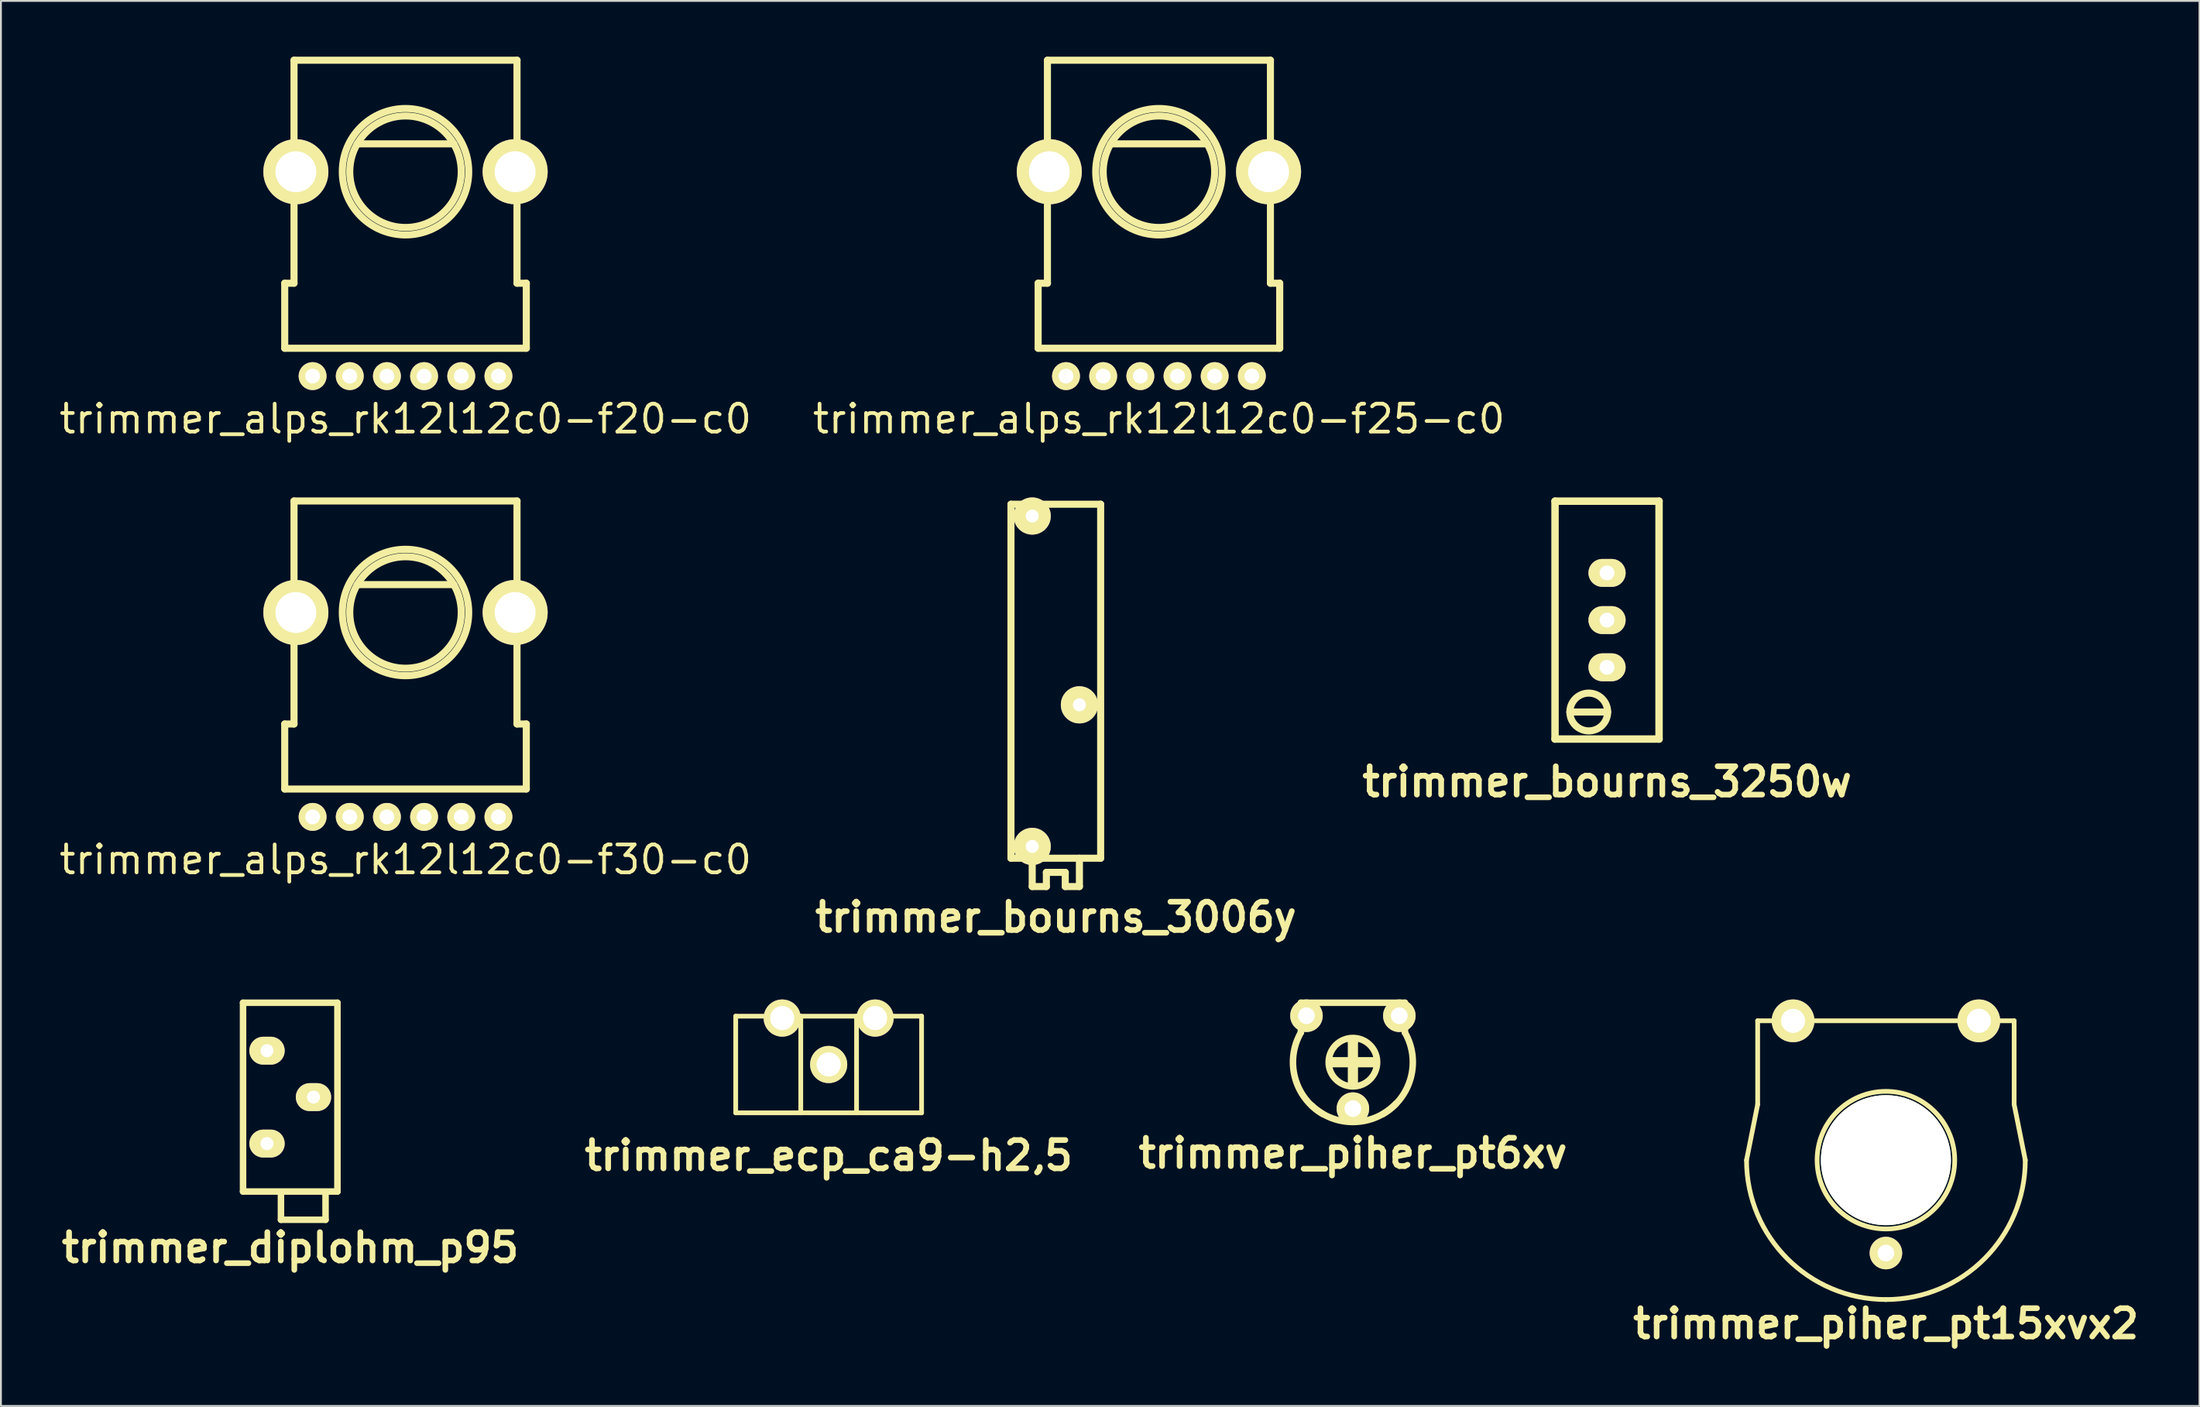
<source format=kicad_pcb>
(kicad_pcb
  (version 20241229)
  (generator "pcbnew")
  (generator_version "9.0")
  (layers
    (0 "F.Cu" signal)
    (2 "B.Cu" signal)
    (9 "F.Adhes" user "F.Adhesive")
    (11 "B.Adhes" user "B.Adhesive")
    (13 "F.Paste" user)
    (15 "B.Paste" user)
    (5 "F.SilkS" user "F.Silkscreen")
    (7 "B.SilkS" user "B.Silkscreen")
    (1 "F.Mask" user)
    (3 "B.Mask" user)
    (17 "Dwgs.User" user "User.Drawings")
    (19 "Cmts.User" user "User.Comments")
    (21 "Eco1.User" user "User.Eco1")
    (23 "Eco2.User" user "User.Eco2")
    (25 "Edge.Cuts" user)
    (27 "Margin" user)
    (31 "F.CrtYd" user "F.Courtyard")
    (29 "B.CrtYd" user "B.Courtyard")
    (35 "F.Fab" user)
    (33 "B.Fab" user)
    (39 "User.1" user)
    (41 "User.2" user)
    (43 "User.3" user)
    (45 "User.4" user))
  (footprint "trimmer_piher_pt15xvx2"
    (layer "F.Cu")
    (at 98.437 59.384)
    (property "Reference" "trimmer_piher_pt15xvx2" (at 0 8.801 0) (layer "F.SilkS") (effects (font (size 1.524 1.524) (thickness 0.305))))
    (attr through_hole)
    (fp_line (start -7.501 0) (end -6.901 -3) (stroke (width 0.254) (type solid)) (layer "F.SilkS"))
    (fp_line (start -6.901 -7.501) (end 6.901 -7.501) (stroke (width 0.254) (type solid)) (layer "F.SilkS"))
    (fp_line (start -6.901 -3) (end -6.901 -7.501) (stroke (width 0.254) (type solid)) (layer "F.SilkS"))
    (fp_line (start 6.901 -7.501) (end 6.901 -3) (stroke (width 0.254) (type solid)) (layer "F.SilkS"))
    (fp_line (start 7.501 0) (end 6.901 -3) (stroke (width 0.254) (type solid)) (layer "F.SilkS"))
    (fp_arc (start 0 7.50062) (mid -5.303739 5.303739) (end -7.50062 0) (stroke (width 0.254) (type solid)) (layer "F.SilkS"))
    (fp_arc (start 7.50062 0) (mid 5.303739 5.303739) (end 0 7.50062) (stroke (width 0.254) (type solid)) (layer "F.SilkS"))
    (fp_circle (center 0 0) (end -3.701 -0.099) (stroke (width 0.254) (type solid)) (fill no) (layer "F.SilkS"))
    (pad "" np_thru_hole circle (at 0 0) (size 6.998 6.998) (drill 6.998) (layers "*.Cu" "*.Mask" "F.SilkS"))
    (pad "1" thru_hole circle (at 4.999 -7.498) (size 2.299 2.299) (drill 1.298) (layers "*.Cu" "*.Mask" "F.SilkS"))
    (pad "2" thru_hole circle (at 0 4.999) (size 1.75 1.75) (drill 0.899) (layers "*.Cu" "*.Mask" "F.SilkS"))
    (pad "3" thru_hole circle (at -4.996 -7.498) (size 2.299 2.299) (drill 1.298) (layers "*.Cu" "*.Mask" "F.SilkS")))
  (footprint "trimmer_diplohm_p95"
    (layer "F.Cu")
    (at 12.569 55.992)
    (property "Reference" "trimmer_diplohm_p95" (at 0 8.1 0) (layer "F.SilkS") (effects (font (size 1.524 1.524) (thickness 0.305))))
    (attr through_hole)
    (fp_line (start -2.54 5.08) (end -2.54 -5.08) (stroke (width 0.351) (type solid)) (layer "F.SilkS"))
    (fp_line (start -0.5 5.1) (end -0.5 6.599) (stroke (width 0.351) (type solid)) (layer "F.SilkS"))
    (fp_line (start -0.498 6.599) (end 1.9 6.599) (stroke (width 0.351) (type solid)) (layer "F.SilkS"))
    (fp_line (start 1.9 6.599) (end 1.9 5.1) (stroke (width 0.351) (type solid)) (layer "F.SilkS"))
    (fp_line (start 2.54 -5.08) (end -2.54 -5.08) (stroke (width 0.351) (type solid)) (layer "F.SilkS"))
    (fp_line (start 2.54 -5.08) (end 2.54 5.08) (stroke (width 0.351) (type solid)) (layer "F.SilkS"))
    (fp_line (start 2.54 5.08) (end -2.54 5.08) (stroke (width 0.351) (type solid)) (layer "F.SilkS"))
    (pad "1" thru_hole oval (at -1.25 -2.499) (size 1.9 1.501) (drill 0.701) (layers "*.Cu" "*.Mask" "F.SilkS"))
    (pad "2" thru_hole oval (at 1.25 0) (size 1.9 1.501) (drill 0.701) (layers "*.Cu" "*.Mask" "F.SilkS"))
    (pad "3" thru_hole oval (at -1.25 2.499) (size 1.9 1.501) (drill 0.701) (layers "*.Cu" "*.Mask" "F.SilkS")))
  (footprint "trimmer_alps_rk12l12c0-f30-c0"
    (layer "F.Cu")
    (at 18.772 29.911)
    (property "Reference" "trimmer_alps_rk12l12c0-f30-c0" (at 0 13.3 0) (layer "F.SilkS") (effects (font (size 1.501 1.501) (thickness 0.201))))
    (attr through_hole)
    (fp_line (start -6.5 6) (end -6.5 9.5) (stroke (width 0.381) (type solid)) (layer "F.SilkS"))
    (fp_line (start -6.5 9.5) (end 6.5 9.5) (stroke (width 0.381) (type solid)) (layer "F.SilkS"))
    (fp_line (start -6 -6) (end -6 6) (stroke (width 0.381) (type solid)) (layer "F.SilkS"))
    (fp_line (start -6 -6) (end 6 -6) (stroke (width 0.381) (type solid)) (layer "F.SilkS"))
    (fp_line (start -6 6) (end -6.5 6) (stroke (width 0.381) (type solid)) (layer "F.SilkS"))
    (fp_line (start -2.601 -1.501) (end 2.601 -1.501) (stroke (width 0.381) (type solid)) (layer "F.SilkS"))
    (fp_line (start 6 -6) (end 6 6) (stroke (width 0.381) (type solid)) (layer "F.SilkS"))
    (fp_line (start 6.5 6) (end 6 6) (stroke (width 0.381) (type solid)) (layer "F.SilkS"))
    (fp_line (start 6.5 9.5) (end 6.5 6) (stroke (width 0.381) (type solid)) (layer "F.SilkS"))
    (fp_circle (center 0 0) (end -3.401 0) (stroke (width 0.381) (type solid)) (fill no) (layer "F.SilkS"))
    (fp_circle (center 0 0) (end -3 0) (stroke (width 0.381) (type solid)) (fill no) (layer "F.SilkS"))
    (pad "" thru_hole circle (at -5.9 0) (size 3.5 3.5) (drill 2.2) (layers "*.Cu" "*.Mask" "F.SilkS"))
    (pad "" thru_hole circle (at 5.9 0) (size 3.5 3.5) (drill 2.2) (layers "*.Cu" "*.Mask" "F.SilkS"))
    (pad "1" thru_hole oval (at -1 11) (size 1.5 1.5) (drill 0.8) (layers "*.Cu" "*.Mask" "F.SilkS"))
    (pad "2" thru_hole oval (at 1 11) (size 1.5 1.5) (drill 0.8) (layers "*.Cu" "*.Mask" "F.SilkS"))
    (pad "3" thru_hole oval (at 3 11) (size 1.5 1.5) (drill 0.8) (layers "*.Cu" "*.Mask" "F.SilkS"))
    (pad "4" thru_hole oval (at -3 11) (size 1.5 1.5) (drill 0.8) (layers "*.Cu" "*.Mask" "F.SilkS"))
    (pad "5" thru_hole oval (at -5 11) (size 1.5 1.5) (drill 0.8) (layers "*.Cu" "*.Mask" "F.SilkS"))
    (pad "6" thru_hole oval (at 5 11) (size 1.5 1.5) (drill 0.8) (layers "*.Cu" "*.Mask" "F.SilkS")))
  (footprint "trimmer_bourns_3006y"
    (layer "F.Cu")
    (at 53.767 33.61)
    (property "Reference" "trimmer_bourns_3006y" (at 0 12.7 0) (layer "F.SilkS") (effects (font (size 1.524 1.524) (thickness 0.305))))
    (attr through_hole)
    (fp_line (start -2.413 9.525) (end -2.413 -9.525) (stroke (width 0.381) (type solid)) (layer "F.SilkS"))
    (fp_line (start -1.27 9.525) (end -1.27 11.049) (stroke (width 0.381) (type solid)) (layer "F.SilkS"))
    (fp_line (start -0.508 10.287) (end 0.508 10.287) (stroke (width 0.381) (type solid)) (layer "F.SilkS"))
    (fp_line (start -0.508 11.049) (end -1.27 11.049) (stroke (width 0.381) (type solid)) (layer "F.SilkS"))
    (fp_line (start -0.508 11.049) (end -0.508 10.287) (stroke (width 0.381) (type solid)) (layer "F.SilkS"))
    (fp_line (start 0.508 10.287) (end 0.508 11.049) (stroke (width 0.381) (type solid)) (layer "F.SilkS"))
    (fp_line (start 0.508 11.049) (end 1.27 11.049) (stroke (width 0.381) (type solid)) (layer "F.SilkS"))
    (fp_line (start 1.27 11.049) (end 1.27 9.525) (stroke (width 0.381) (type solid)) (layer "F.SilkS"))
    (fp_line (start 2.413 -9.525) (end -2.413 -9.525) (stroke (width 0.381) (type solid)) (layer "F.SilkS"))
    (fp_line (start 2.413 -9.525) (end 2.413 9.525) (stroke (width 0.381) (type solid)) (layer "F.SilkS"))
    (fp_line (start 2.413 9.525) (end -2.413 9.525) (stroke (width 0.381) (type solid)) (layer "F.SilkS"))
    (pad "1" thru_hole oval (at -1.27 -8.89) (size 1.999 1.999) (drill 0.701) (layers "*.Cu" "*.Mask" "F.SilkS"))
    (pad "2" thru_hole oval (at 1.27 1.27) (size 1.999 1.999) (drill 0.701) (layers "*.Cu" "*.Mask" "F.SilkS"))
    (pad "3" thru_hole oval (at -1.27 8.89) (size 1.999 1.999) (drill 0.701) (layers "*.Cu" "*.Mask" "F.SilkS")))
  (footprint "trimmer_bourns_3250w"
    (layer "F.Cu")
    (at 83.43 30.321)
    (property "Reference" "trimmer_bourns_3250w" (at 0 8.7 0) (layer "F.SilkS") (effects (font (size 1.524 1.524) (thickness 0.305))))
    (attr through_hole)
    (fp_line (start -2.799 -6.401) (end -2.799 6.401) (stroke (width 0.399) (type solid)) (layer "F.SilkS"))
    (fp_line (start -2.799 6.401) (end 2.799 6.401) (stroke (width 0.399) (type solid)) (layer "F.SilkS"))
    (fp_line (start -2.002 4.945) (end 0.03 4.945) (stroke (width 0.381) (type solid)) (layer "F.SilkS"))
    (fp_line (start 2.799 -6.401) (end -2.799 -6.401) (stroke (width 0.399) (type solid)) (layer "F.SilkS"))
    (fp_line (start 2.799 6.401) (end 2.799 -6.401) (stroke (width 0.399) (type solid)) (layer "F.SilkS"))
    (fp_circle (center -0.983 4.945) (end 0.033 4.945) (stroke (width 0.381) (type solid)) (fill no) (layer "F.SilkS"))
    (pad "1" thru_hole oval (at 0 2.54) (size 1.999 1.501) (drill 0.8) (layers "*.Cu" "*.Mask" "F.SilkS"))
    (pad "2" thru_hole oval (at 0 0) (size 1.999 1.501) (drill 0.8) (layers "*.Cu" "*.Mask" "F.SilkS"))
    (pad "3" thru_hole oval (at 0 -2.54) (size 1.999 1.501) (drill 0.8) (layers "*.Cu" "*.Mask" "F.SilkS")))
  (footprint "trimmer_ecp_ca9-h2,5"
    (layer "F.Cu")
    (at 41.543 54.236)
    (property "Reference" "trimmer_ecp_ca9-h2,5" (at 0 4.9 0) (layer "F.SilkS") (effects (font (size 1.524 1.524) (thickness 0.305))))
    (attr through_hole)
    (fp_line (start -5.001 -2.601) (end 5.001 -2.601) (stroke (width 0.254) (type solid)) (layer "F.SilkS"))
    (fp_line (start -5.001 2.601) (end -5.001 -2.601) (stroke (width 0.254) (type solid)) (layer "F.SilkS"))
    (fp_line (start -1.501 -2.601) (end -1.501 2.601) (stroke (width 0.254) (type solid)) (layer "F.SilkS"))
    (fp_line (start 1.501 -2.601) (end 1.501 2.601) (stroke (width 0.254) (type solid)) (layer "F.SilkS"))
    (fp_line (start 5.001 -2.601) (end 5.001 2.601) (stroke (width 0.254) (type solid)) (layer "F.SilkS"))
    (fp_line (start 5.001 2.601) (end -5.001 2.601) (stroke (width 0.254) (type solid)) (layer "F.SilkS"))
    (pad "1" thru_hole circle (at 2.499 -2.499) (size 1.999 1.999) (drill 1.3) (layers "*.Cu" "*.Mask" "F.SilkS"))
    (pad "2" thru_hole circle (at 0 0) (size 1.999 1.999) (drill 1.3) (layers "*.Cu" "*.Mask" "F.SilkS"))
    (pad "3" thru_hole circle (at -2.499 -2.499) (size 1.999 1.999) (drill 1.3) (layers "*.Cu" "*.Mask" "F.SilkS")))
  (footprint "trimmer_alps_rk12l12c0-f20-c0"
    (layer "F.Cu")
    (at 18.772 6.191)
    (property "Reference" "trimmer_alps_rk12l12c0-f20-c0" (at 0 13.3 0) (layer "F.SilkS") (effects (font (size 1.501 1.501) (thickness 0.201))))
    (attr through_hole)
    (fp_line (start -6.5 6) (end -6.5 9.5) (stroke (width 0.381) (type solid)) (layer "F.SilkS"))
    (fp_line (start -6.5 9.5) (end 6.5 9.5) (stroke (width 0.381) (type solid)) (layer "F.SilkS"))
    (fp_line (start -6 -6) (end -6 6) (stroke (width 0.381) (type solid)) (layer "F.SilkS"))
    (fp_line (start -6 -6) (end 6 -6) (stroke (width 0.381) (type solid)) (layer "F.SilkS"))
    (fp_line (start -6 6) (end -6.5 6) (stroke (width 0.381) (type solid)) (layer "F.SilkS"))
    (fp_line (start -2.601 -1.501) (end 2.601 -1.501) (stroke (width 0.381) (type solid)) (layer "F.SilkS"))
    (fp_line (start 6 -6) (end 6 6) (stroke (width 0.381) (type solid)) (layer "F.SilkS"))
    (fp_line (start 6.5 6) (end 6 6) (stroke (width 0.381) (type solid)) (layer "F.SilkS"))
    (fp_line (start 6.5 9.5) (end 6.5 6) (stroke (width 0.381) (type solid)) (layer "F.SilkS"))
    (fp_circle (center 0 0) (end -3.401 0) (stroke (width 0.381) (type solid)) (fill no) (layer "F.SilkS"))
    (fp_circle (center 0 0) (end -3 0) (stroke (width 0.381) (type solid)) (fill no) (layer "F.SilkS"))
    (pad "" thru_hole circle (at -5.9 0) (size 3.5 3.5) (drill 2.2) (layers "*.Cu" "*.Mask" "F.SilkS"))
    (pad "" thru_hole circle (at 5.9 0) (size 3.5 3.5) (drill 2.2) (layers "*.Cu" "*.Mask" "F.SilkS"))
    (pad "1" thru_hole oval (at -1 11) (size 1.5 1.5) (drill 0.8) (layers "*.Cu" "*.Mask" "F.SilkS"))
    (pad "2" thru_hole oval (at 1 11) (size 1.5 1.5) (drill 0.8) (layers "*.Cu" "*.Mask" "F.SilkS"))
    (pad "3" thru_hole oval (at 3 11) (size 1.5 1.5) (drill 0.8) (layers "*.Cu" "*.Mask" "F.SilkS"))
    (pad "4" thru_hole oval (at -3 11) (size 1.5 1.5) (drill 0.8) (layers "*.Cu" "*.Mask" "F.SilkS"))
    (pad "5" thru_hole oval (at -5 11) (size 1.5 1.5) (drill 0.8) (layers "*.Cu" "*.Mask" "F.SilkS"))
    (pad "6" thru_hole oval (at 5 11) (size 1.5 1.5) (drill 0.8) (layers "*.Cu" "*.Mask" "F.SilkS")))
  (footprint "trimmer_alps_rk12l12c0-f25-c0"
    (layer "F.Cu")
    (at 59.316 6.191)
    (property "Reference" "trimmer_alps_rk12l12c0-f25-c0" (at 0 13.3 0) (layer "F.SilkS") (effects (font (size 1.501 1.501) (thickness 0.201))))
    (attr through_hole)
    (fp_line (start -6.5 6) (end -6.5 9.5) (stroke (width 0.381) (type solid)) (layer "F.SilkS"))
    (fp_line (start -6.5 9.5) (end 6.5 9.5) (stroke (width 0.381) (type solid)) (layer "F.SilkS"))
    (fp_line (start -6 -6) (end -6 6) (stroke (width 0.381) (type solid)) (layer "F.SilkS"))
    (fp_line (start -6 -6) (end 6 -6) (stroke (width 0.381) (type solid)) (layer "F.SilkS"))
    (fp_line (start -6 6) (end -6.5 6) (stroke (width 0.381) (type solid)) (layer "F.SilkS"))
    (fp_line (start -2.601 -1.501) (end 2.601 -1.501) (stroke (width 0.381) (type solid)) (layer "F.SilkS"))
    (fp_line (start 6 -6) (end 6 6) (stroke (width 0.381) (type solid)) (layer "F.SilkS"))
    (fp_line (start 6.5 6) (end 6 6) (stroke (width 0.381) (type solid)) (layer "F.SilkS"))
    (fp_line (start 6.5 9.5) (end 6.5 6) (stroke (width 0.381) (type solid)) (layer "F.SilkS"))
    (fp_circle (center 0 0) (end -3.401 0) (stroke (width 0.381) (type solid)) (fill no) (layer "F.SilkS"))
    (fp_circle (center 0 0) (end -3 0) (stroke (width 0.381) (type solid)) (fill no) (layer "F.SilkS"))
    (pad "" thru_hole circle (at -5.9 0) (size 3.5 3.5) (drill 2.2) (layers "*.Cu" "*.Mask" "F.SilkS"))
    (pad "" thru_hole circle (at 5.9 0) (size 3.5 3.5) (drill 2.2) (layers "*.Cu" "*.Mask" "F.SilkS"))
    (pad "1" thru_hole oval (at -1 11) (size 1.5 1.5) (drill 0.8) (layers "*.Cu" "*.Mask" "F.SilkS"))
    (pad "2" thru_hole oval (at 1 11) (size 1.5 1.5) (drill 0.8) (layers "*.Cu" "*.Mask" "F.SilkS"))
    (pad "3" thru_hole oval (at 3 11) (size 1.5 1.5) (drill 0.8) (layers "*.Cu" "*.Mask" "F.SilkS"))
    (pad "4" thru_hole oval (at -3 11) (size 1.5 1.5) (drill 0.8) (layers "*.Cu" "*.Mask" "F.SilkS"))
    (pad "5" thru_hole oval (at -5 11) (size 1.5 1.5) (drill 0.8) (layers "*.Cu" "*.Mask" "F.SilkS"))
    (pad "6" thru_hole oval (at 5 11) (size 1.5 1.5) (drill 0.8) (layers "*.Cu" "*.Mask" "F.SilkS")))
  (footprint "trimmer_piher_pt6xv"
    (layer "F.Cu")
    (at 69.754 54.112)
    (property "Reference" "trimmer_piher_pt6xv" (at 0 4.9 0) (layer "F.SilkS") (effects (font (size 1.524 1.524) (thickness 0.305))))
    (attr through_hole)
    (fp_line (start -2.799 -3.2) (end -2.799 -1.6) (stroke (width 0.351) (type solid)) (layer "F.SilkS"))
    (fp_line (start -1.1 -0.099) (end -1.1 0.099) (stroke (width 0.351) (type solid)) (layer "F.SilkS"))
    (fp_line (start -1.1 0.099) (end 1.199 0.099) (stroke (width 0.351) (type solid)) (layer "F.SilkS"))
    (fp_line (start -0.099 -1.1) (end 0.099 -1.1) (stroke (width 0.351) (type solid)) (layer "F.SilkS"))
    (fp_line (start -0.099 1.199) (end -0.099 -1.1) (stroke (width 0.351) (type solid)) (layer "F.SilkS"))
    (fp_line (start 0.099 -1.1) (end 0.099 1.199) (stroke (width 0.351) (type solid)) (layer "F.SilkS"))
    (fp_line (start 1.199 -0.099) (end -1.1 -0.099) (stroke (width 0.351) (type solid)) (layer "F.SilkS"))
    (fp_line (start 2.799 -3.2) (end -2.799 -3.2) (stroke (width 0.351) (type solid)) (layer "F.SilkS"))
    (fp_line (start 2.799 -3.2) (end 2.799 -1.6) (stroke (width 0.351) (type solid)) (layer "F.SilkS"))
    (fp_arc (start -1.6002 2.79908) (mid -3.110761 0.847736) (end -2.79908 -1.6002) (stroke (width 0.35052) (type solid)) (layer "F.SilkS"))
    (fp_arc (start 2.32918 2.21996) (mid 0.07723 3.216728) (end -2.21996 2.32918) (stroke (width 0.35052) (type solid)) (layer "F.SilkS"))
    (fp_arc (start 2.79908 -1.6002) (mid 3.110761 0.847736) (end 1.6002 2.79908) (stroke (width 0.35052) (type solid)) (layer "F.SilkS"))
    (fp_circle (center 0 0) (end -1.3 0.099) (stroke (width 0.351) (type solid)) (fill no) (layer "F.SilkS"))
    (pad "1" thru_hole circle (at 2.499 -2.499) (size 1.75 1.75) (drill 0.899) (layers "*.Cu" "*.Mask" "F.SilkS"))
    (pad "2" thru_hole circle (at 0 2.499) (size 1.75 1.75) (drill 0.899) (layers "*.Cu" "*.Mask" "F.SilkS"))
    (pad "3" thru_hole circle (at -2.499 -2.499) (size 1.75 1.75) (drill 0.899) (layers "*.Cu" "*.Mask" "F.SilkS")))
  (gr_rect
    (start -3 -3)
    (end 115.313 72.612)
    (stroke (width 0.1) (type default))
    (fill no)
    (layer "Edge.Cuts")))
</source>
